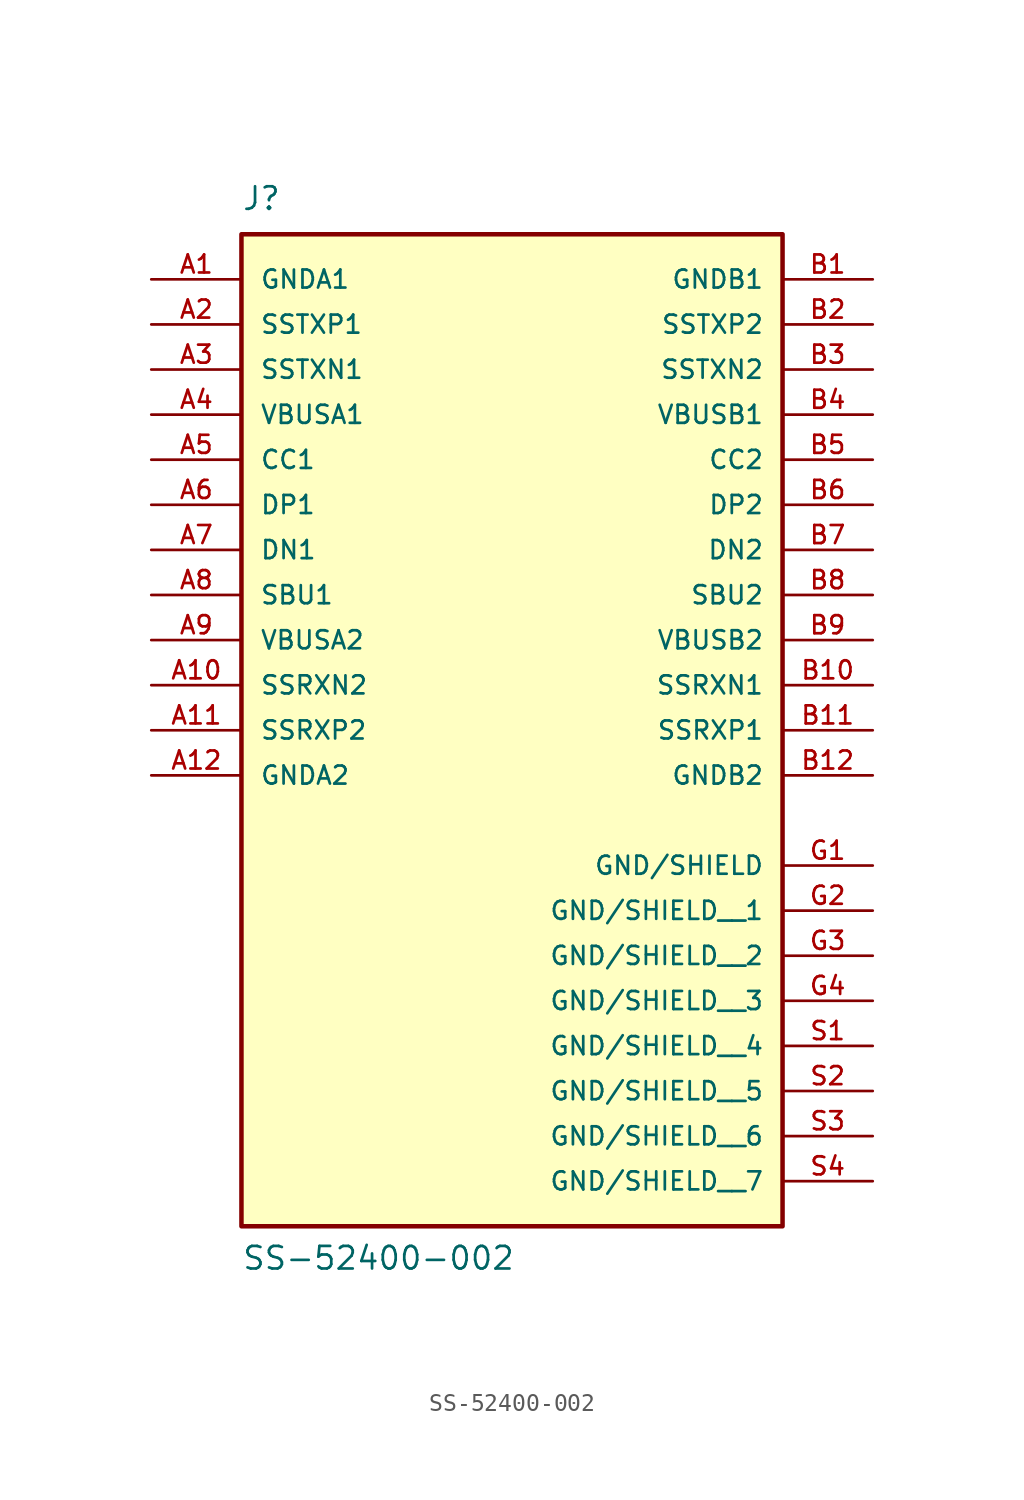
<source format=kicad_sym>
(kicad_symbol_lib
  (version 20211014)
  (generator kicad_symbol_editor)
  (symbol "SS-52400-002"
    (pin_names
      (offset 1.016))
    (property "Reference" "J"
      (at -15.24 19.05 0)
      (effects (font (size 1.27 1.27)) (justify bottom left)))
    (property "Value" "SS-52400-002"
      (at -15.24 -40.64 0)
      (effects (font (size 1.27 1.27)) (justify bottom left)))
    (symbol "SS-52400-002_0_0"
      (rectangle (start -15.24 -38.1) (end 15.24 17.78) (stroke (width 0.254)) (fill (type background)))
      (pin power_in line (at -20.32 15.24 0) (length 5.08) (name "GNDA1" (effects (font (size 1.016 1.016)))) (number "A1" (effects (font (size 1.016 1.016)))))
      (pin power_in line (at 20.32 15.24 180.0) (length 5.08) (name "GNDB1" (effects (font (size 1.016 1.016)))) (number "B1" (effects (font (size 1.016 1.016)))))
      (pin bidirectional line (at -20.32 12.7 0) (length 5.08) (name "SSTXP1" (effects (font (size 1.016 1.016)))) (number "A2" (effects (font (size 1.016 1.016)))))
      (pin bidirectional line (at -20.32 10.16 0) (length 5.08) (name "SSTXN1" (effects (font (size 1.016 1.016)))) (number "A3" (effects (font (size 1.016 1.016)))))
      (pin power_in line (at -20.32 7.62 0) (length 5.08) (name "VBUSA1" (effects (font (size 1.016 1.016)))) (number "A4" (effects (font (size 1.016 1.016)))))
      (pin bidirectional line (at -20.32 5.08 0) (length 5.08) (name "CC1" (effects (font (size 1.016 1.016)))) (number "A5" (effects (font (size 1.016 1.016)))))
      (pin bidirectional line (at -20.32 2.54 0) (length 5.08) (name "DP1" (effects (font (size 1.016 1.016)))) (number "A6" (effects (font (size 1.016 1.016)))))
      (pin bidirectional line (at -20.32 0.0 0) (length 5.08) (name "DN1" (effects (font (size 1.016 1.016)))) (number "A7" (effects (font (size 1.016 1.016)))))
      (pin bidirectional line (at -20.32 -2.54 0) (length 5.08) (name "SBU1" (effects (font (size 1.016 1.016)))) (number "A8" (effects (font (size 1.016 1.016)))))
      (pin power_in line (at -20.32 -5.08 0) (length 5.08) (name "VBUSA2" (effects (font (size 1.016 1.016)))) (number "A9" (effects (font (size 1.016 1.016)))))
      (pin bidirectional line (at -20.32 -7.62 0) (length 5.08) (name "SSRXN2" (effects (font (size 1.016 1.016)))) (number "A10" (effects (font (size 1.016 1.016)))))
      (pin bidirectional line (at -20.32 -10.16 0) (length 5.08) (name "SSRXP2" (effects (font (size 1.016 1.016)))) (number "A11" (effects (font (size 1.016 1.016)))))
      (pin power_in line (at -20.32 -12.7 0) (length 5.08) (name "GNDA2" (effects (font (size 1.016 1.016)))) (number "A12" (effects (font (size 1.016 1.016)))))
      (pin bidirectional line (at 20.32 12.7 180.0) (length 5.08) (name "SSTXP2" (effects (font (size 1.016 1.016)))) (number "B2" (effects (font (size 1.016 1.016)))))
      (pin bidirectional line (at 20.32 10.16 180.0) (length 5.08) (name "SSTXN2" (effects (font (size 1.016 1.016)))) (number "B3" (effects (font (size 1.016 1.016)))))
      (pin power_in line (at 20.32 7.62 180.0) (length 5.08) (name "VBUSB1" (effects (font (size 1.016 1.016)))) (number "B4" (effects (font (size 1.016 1.016)))))
      (pin bidirectional line (at 20.32 5.08 180.0) (length 5.08) (name "CC2" (effects (font (size 1.016 1.016)))) (number "B5" (effects (font (size 1.016 1.016)))))
      (pin bidirectional line (at 20.32 2.54 180.0) (length 5.08) (name "DP2" (effects (font (size 1.016 1.016)))) (number "B6" (effects (font (size 1.016 1.016)))))
      (pin bidirectional line (at 20.32 0.0 180.0) (length 5.08) (name "DN2" (effects (font (size 1.016 1.016)))) (number "B7" (effects (font (size 1.016 1.016)))))
      (pin bidirectional line (at 20.32 -2.54 180.0) (length 5.08) (name "SBU2" (effects (font (size 1.016 1.016)))) (number "B8" (effects (font (size 1.016 1.016)))))
      (pin power_in line (at 20.32 -5.08 180.0) (length 5.08) (name "VBUSB2" (effects (font (size 1.016 1.016)))) (number "B9" (effects (font (size 1.016 1.016)))))
      (pin bidirectional line (at 20.32 -7.62 180.0) (length 5.08) (name "SSRXN1" (effects (font (size 1.016 1.016)))) (number "B10" (effects (font (size 1.016 1.016)))))
      (pin bidirectional line (at 20.32 -10.16 180.0) (length 5.08) (name "SSRXP1" (effects (font (size 1.016 1.016)))) (number "B11" (effects (font (size 1.016 1.016)))))
      (pin power_in line (at 20.32 -12.7 180.0) (length 5.08) (name "GNDB2" (effects (font (size 1.016 1.016)))) (number "B12" (effects (font (size 1.016 1.016)))))
      (pin power_in line (at 20.32 -17.78 180.0) (length 5.08) (name "GND/SHIELD" (effects (font (size 1.016 1.016)))) (number "G1" (effects (font (size 1.016 1.016)))))
      (pin power_in line (at 20.32 -20.32 180.0) (length 5.08) (name "GND/SHIELD__1" (effects (font (size 1.016 1.016)))) (number "G2" (effects (font (size 1.016 1.016)))))
      (pin power_in line (at 20.32 -22.86 180.0) (length 5.08) (name "GND/SHIELD__2" (effects (font (size 1.016 1.016)))) (number "G3" (effects (font (size 1.016 1.016)))))
      (pin power_in line (at 20.32 -25.4 180.0) (length 5.08) (name "GND/SHIELD__3" (effects (font (size 1.016 1.016)))) (number "G4" (effects (font (size 1.016 1.016)))))
      (pin power_in line (at 20.32 -27.94 180.0) (length 5.08) (name "GND/SHIELD__4" (effects (font (size 1.016 1.016)))) (number "S1" (effects (font (size 1.016 1.016)))))
      (pin power_in line (at 20.32 -30.48 180.0) (length 5.08) (name "GND/SHIELD__5" (effects (font (size 1.016 1.016)))) (number "S2" (effects (font (size 1.016 1.016)))))
      (pin power_in line (at 20.32 -33.02 180.0) (length 5.08) (name "GND/SHIELD__6" (effects (font (size 1.016 1.016)))) (number "S3" (effects (font (size 1.016 1.016)))))
      (pin power_in line (at 20.32 -35.56 180.0) (length 5.08) (name "GND/SHIELD__7" (effects (font (size 1.016 1.016)))) (number "S4" (effects (font (size 1.016 1.016))))))))
</source>
